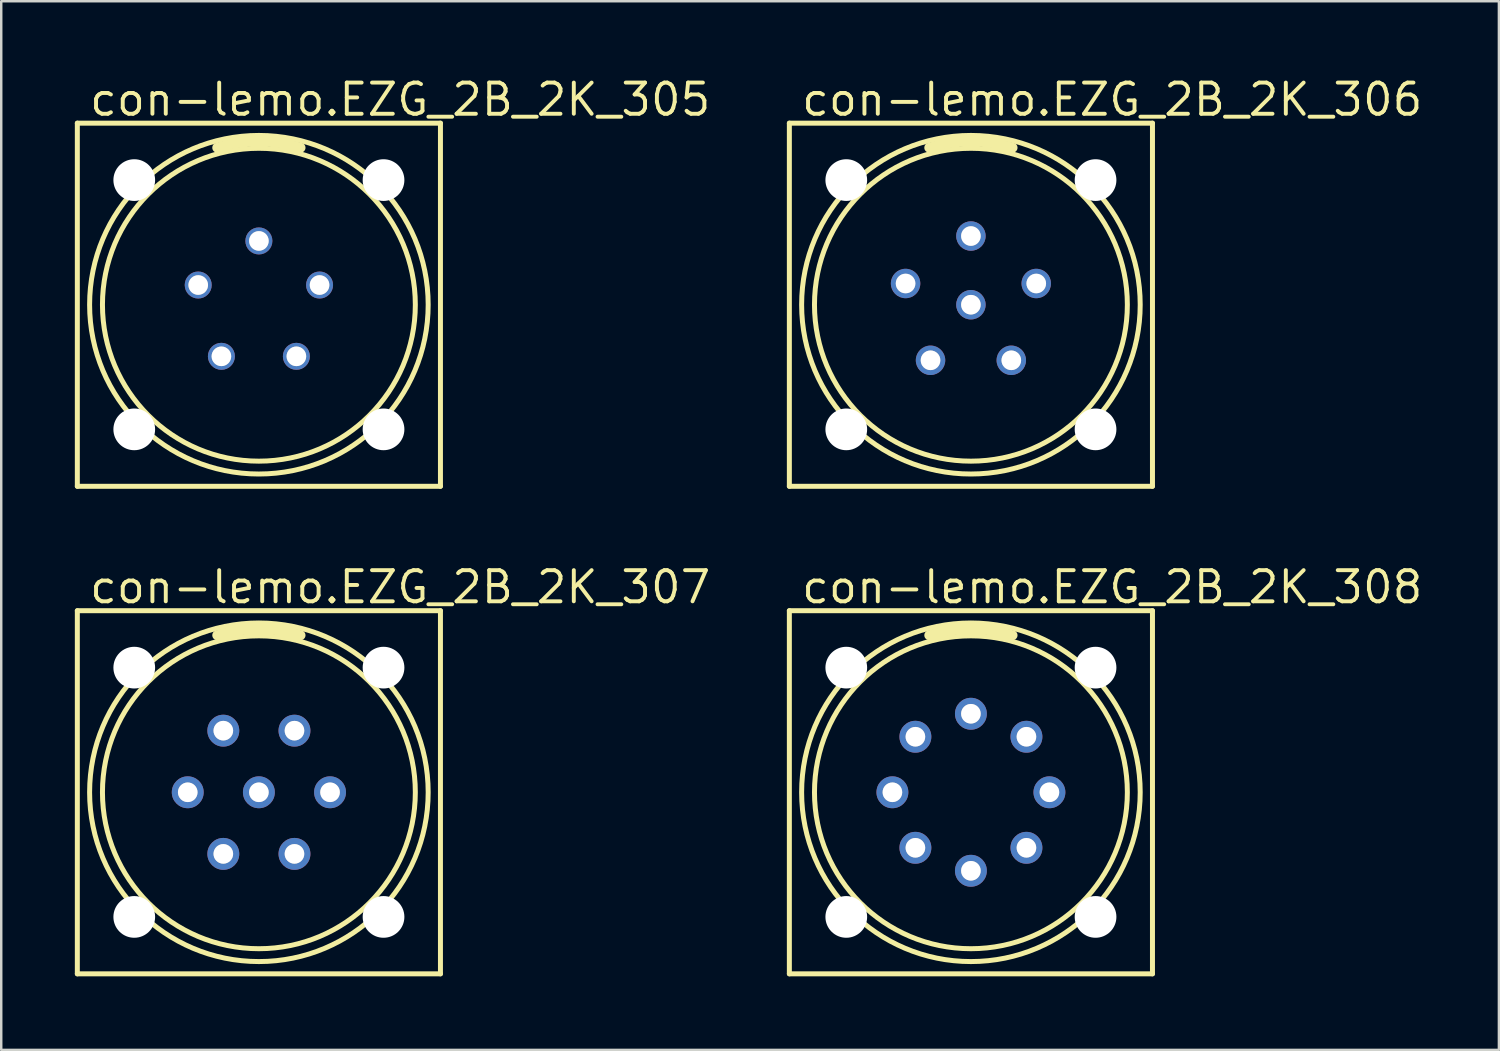
<source format=kicad_pcb>
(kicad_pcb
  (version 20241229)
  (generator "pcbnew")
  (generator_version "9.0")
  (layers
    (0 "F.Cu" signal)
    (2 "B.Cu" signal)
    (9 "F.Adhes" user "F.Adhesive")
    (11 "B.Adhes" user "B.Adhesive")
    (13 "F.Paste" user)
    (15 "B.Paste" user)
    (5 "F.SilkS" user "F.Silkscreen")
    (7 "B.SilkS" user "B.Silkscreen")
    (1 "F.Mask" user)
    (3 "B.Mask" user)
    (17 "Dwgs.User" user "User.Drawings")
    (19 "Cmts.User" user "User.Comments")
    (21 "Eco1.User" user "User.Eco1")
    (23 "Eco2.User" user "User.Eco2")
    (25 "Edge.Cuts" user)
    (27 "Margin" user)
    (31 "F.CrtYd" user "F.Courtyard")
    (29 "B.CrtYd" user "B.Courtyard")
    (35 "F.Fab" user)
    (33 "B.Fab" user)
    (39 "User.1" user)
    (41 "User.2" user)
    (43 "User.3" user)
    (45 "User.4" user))
  (footprint "con-lemo.EZG_2B_2K_306"
    (layer "F.Cu")
    (at 36.523 9.37)
    (property "Reference" "con-lemo.EZG_2B_2K_306" (at -6.985 -7.62 0) (layer "F.SilkS") (effects (font (size 1.27 1.27) (thickness 0.16)) (justify left bottom)))
    (attr through_hole)
    (fp_line (start -7.4 -7.4) (end 7.4 -7.4) (stroke (width 0.203) (type default)) (layer "F.SilkS"))
    (fp_line (start -7.4 7.4) (end -7.4 -7.4) (stroke (width 0.203) (type default)) (layer "F.SilkS"))
    (fp_line (start 7.4 -7.4) (end 7.4 7.4) (stroke (width 0.203) (type default)) (layer "F.SilkS"))
    (fp_line (start 7.4 7.4) (end -7.4 7.4) (stroke (width 0.203) (type default)) (layer "F.SilkS"))
    (fp_arc (start -1.7 -6.4) (mid 0 -6.650475) (end 1.7 -6.4) (stroke (width 0.4) (type default)) (layer "F.SilkS"))
    (fp_circle (center 0 0) (end 6.376 0) (stroke (width 0.203) (type default)) (fill no) (layer "F.SilkS"))
    (fp_circle (center 0 0) (end 6.9 0) (stroke (width 0.203) (type default)) (fill no) (layer "F.SilkS"))
    (fp_circle (center -2.663 -0.865) (end -2.365 -0.865) (stroke (width 0.203) (type default)) (fill no) (layer "F.Fab"))
    (fp_circle (center -1.646 2.265) (end -1.347 2.265) (stroke (width 0.203) (type default)) (fill no) (layer "F.Fab"))
    (fp_circle (center 0 -2.8) (end 0.298 -2.8) (stroke (width 0.203) (type default)) (fill no) (layer "F.Fab"))
    (fp_circle (center 0 0) (end 0.298 0) (stroke (width 0.203) (type default)) (fill no) (layer "F.Fab"))
    (fp_circle (center 1.646 2.265) (end 1.944 2.265) (stroke (width 0.203) (type default)) (fill no) (layer "F.Fab"))
    (fp_circle (center 2.663 -0.865) (end 2.961 -0.865) (stroke (width 0.203) (type default)) (fill no) (layer "F.Fab"))
    (pad "" np_thru_hole circle (at -5.08 -5.08) (size 1.7 1.7) (drill 1.7) (layers "*.Cu" "*.Mask"))
    (pad "" np_thru_hole circle (at -5.08 5.08) (size 1.7 1.7) (drill 1.7) (layers "*.Cu" "*.Mask"))
    (pad "" np_thru_hole circle (at 5.08 -5.08) (size 1.7 1.7) (drill 1.7) (layers "*.Cu" "*.Mask"))
    (pad "" np_thru_hole circle (at 5.08 5.08) (size 1.7 1.7) (drill 1.7) (layers "*.Cu" "*.Mask"))
    (pad "1" thru_hole circle (at 0 -2.8 90) (size 1.2 1.2) (drill 0.8) (layers "*.Cu" "*.Mask"))
    (pad "2" thru_hole circle (at -2.663 -0.865 162) (size 1.2 1.2) (drill 0.8) (layers "*.Cu" "*.Mask"))
    (pad "3" thru_hole circle (at -1.646 2.265 234) (size 1.2 1.2) (drill 0.8) (layers "*.Cu" "*.Mask"))
    (pad "4" thru_hole circle (at 1.646 2.265 306) (size 1.2 1.2) (drill 0.8) (layers "*.Cu" "*.Mask"))
    (pad "5" thru_hole circle (at 2.663 -0.865 18) (size 1.2 1.2) (drill 0.8) (layers "*.Cu" "*.Mask"))
    (pad "6" thru_hole circle (at 0 0) (size 1.2 1.2) (drill 0.8) (layers "*.Cu" "*.Mask")))
  (footprint "con-lemo.EZG_2B_2K_308"
    (layer "F.Cu")
    (at 36.523 29.242)
    (property "Reference" "con-lemo.EZG_2B_2K_308" (at -6.985 -7.62 0) (layer "F.SilkS") (effects (font (size 1.27 1.27) (thickness 0.16)) (justify left bottom)))
    (attr through_hole)
    (fp_line (start -7.4 -7.4) (end 7.4 -7.4) (stroke (width 0.203) (type default)) (layer "F.SilkS"))
    (fp_line (start -7.4 7.4) (end -7.4 -7.4) (stroke (width 0.203) (type default)) (layer "F.SilkS"))
    (fp_line (start 7.4 -7.4) (end 7.4 7.4) (stroke (width 0.203) (type default)) (layer "F.SilkS"))
    (fp_line (start 7.4 7.4) (end -7.4 7.4) (stroke (width 0.203) (type default)) (layer "F.SilkS"))
    (fp_arc (start -1.7 -6.4) (mid 0 -6.650475) (end 1.7 -6.4) (stroke (width 0.4) (type default)) (layer "F.SilkS"))
    (fp_circle (center 0 0) (end 6.376 0) (stroke (width 0.203) (type default)) (fill no) (layer "F.SilkS"))
    (fp_circle (center 0 0) (end 6.9 0) (stroke (width 0.203) (type default)) (fill no) (layer "F.SilkS"))
    (fp_circle (center -3.2 0) (end -2.902 0) (stroke (width 0.203) (type default)) (fill no) (layer "F.Fab"))
    (fp_circle (center -2.263 -2.263) (end -1.964 -2.263) (stroke (width 0.203) (type default)) (fill no) (layer "F.Fab"))
    (fp_circle (center -2.263 2.263) (end -1.964 2.263) (stroke (width 0.203) (type default)) (fill no) (layer "F.Fab"))
    (fp_circle (center 0 -3.2) (end 0.298 -3.2) (stroke (width 0.203) (type default)) (fill no) (layer "F.Fab"))
    (fp_circle (center 0 3.2) (end 0.298 3.2) (stroke (width 0.203) (type default)) (fill no) (layer "F.Fab"))
    (fp_circle (center 2.263 -2.263) (end 2.561 -2.263) (stroke (width 0.203) (type default)) (fill no) (layer "F.Fab"))
    (fp_circle (center 2.263 2.263) (end 2.561 2.263) (stroke (width 0.203) (type default)) (fill no) (layer "F.Fab"))
    (fp_circle (center 3.2 0) (end 3.498 0) (stroke (width 0.203) (type default)) (fill no) (layer "F.Fab"))
    (pad "" np_thru_hole circle (at -5.08 -5.08) (size 1.7 1.7) (drill 1.7) (layers "*.Cu" "*.Mask"))
    (pad "" np_thru_hole circle (at -5.08 5.08) (size 1.7 1.7) (drill 1.7) (layers "*.Cu" "*.Mask"))
    (pad "" np_thru_hole circle (at 5.08 -5.08) (size 1.7 1.7) (drill 1.7) (layers "*.Cu" "*.Mask"))
    (pad "" np_thru_hole circle (at 5.08 5.08) (size 1.7 1.7) (drill 1.7) (layers "*.Cu" "*.Mask"))
    (pad "1" thru_hole circle (at 0 -3.2 90) (size 1.3 1.3) (drill 0.8) (layers "*.Cu" "*.Mask"))
    (pad "2" thru_hole circle (at -2.263 -2.263 135) (size 1.3 1.3) (drill 0.8) (layers "*.Cu" "*.Mask"))
    (pad "3" thru_hole circle (at -3.2 0 180) (size 1.3 1.3) (drill 0.8) (layers "*.Cu" "*.Mask"))
    (pad "4" thru_hole circle (at -2.263 2.263 225) (size 1.3 1.3) (drill 0.8) (layers "*.Cu" "*.Mask"))
    (pad "5" thru_hole circle (at 0 3.2 270) (size 1.3 1.3) (drill 0.8) (layers "*.Cu" "*.Mask"))
    (pad "6" thru_hole circle (at 2.263 2.263 315) (size 1.3 1.3) (drill 0.8) (layers "*.Cu" "*.Mask"))
    (pad "7" thru_hole circle (at 3.2 0) (size 1.3 1.3) (drill 0.8) (layers "*.Cu" "*.Mask"))
    (pad "8" thru_hole circle (at 2.263 -2.263 45) (size 1.3 1.3) (drill 0.8) (layers "*.Cu" "*.Mask")))
  (footprint "con-lemo.EZG_2B_2K_307"
    (layer "F.Cu")
    (at 7.502 29.242)
    (property "Reference" "con-lemo.EZG_2B_2K_307" (at -6.985 -7.62 0) (layer "F.SilkS") (effects (font (size 1.27 1.27) (thickness 0.16)) (justify left bottom)))
    (attr through_hole)
    (fp_line (start -7.4 -7.4) (end 7.4 -7.4) (stroke (width 0.203) (type default)) (layer "F.SilkS"))
    (fp_line (start -7.4 7.4) (end -7.4 -7.4) (stroke (width 0.203) (type default)) (layer "F.SilkS"))
    (fp_line (start 7.4 -7.4) (end 7.4 7.4) (stroke (width 0.203) (type default)) (layer "F.SilkS"))
    (fp_line (start 7.4 7.4) (end -7.4 7.4) (stroke (width 0.203) (type default)) (layer "F.SilkS"))
    (fp_arc (start -1.7 -6.4) (mid 0 -6.650475) (end 1.7 -6.4) (stroke (width 0.4) (type default)) (layer "F.SilkS"))
    (fp_circle (center 0 0) (end 6.376 0) (stroke (width 0.203) (type default)) (fill no) (layer "F.SilkS"))
    (fp_circle (center 0 0) (end 6.9 0) (stroke (width 0.203) (type default)) (fill no) (layer "F.SilkS"))
    (fp_circle (center -2.9 0) (end -2.602 0) (stroke (width 0.203) (type default)) (fill no) (layer "F.Fab"))
    (fp_circle (center -1.45 2.511) (end -1.152 2.511) (stroke (width 0.203) (type default)) (fill no) (layer "F.Fab"))
    (fp_circle (center -1.45 -2.511) (end -1.151 -2.511) (stroke (width 0.203) (type default)) (fill no) (layer "F.Fab"))
    (fp_circle (center 0 0) (end 0.298 0) (stroke (width 0.203) (type default)) (fill no) (layer "F.Fab"))
    (fp_circle (center 1.45 2.511) (end 1.748 2.511) (stroke (width 0.203) (type default)) (fill no) (layer "F.Fab"))
    (fp_circle (center 1.45 -2.511) (end 1.748 -2.511) (stroke (width 0.203) (type default)) (fill no) (layer "F.Fab"))
    (fp_circle (center 2.9 0) (end 3.198 0) (stroke (width 0.203) (type default)) (fill no) (layer "F.Fab"))
    (pad "" np_thru_hole circle (at -5.08 -5.08) (size 1.7 1.7) (drill 1.7) (layers "*.Cu" "*.Mask"))
    (pad "" np_thru_hole circle (at -5.08 5.08) (size 1.7 1.7) (drill 1.7) (layers "*.Cu" "*.Mask"))
    (pad "" np_thru_hole circle (at 5.08 -5.08) (size 1.7 1.7) (drill 1.7) (layers "*.Cu" "*.Mask"))
    (pad "" np_thru_hole circle (at 5.08 5.08) (size 1.7 1.7) (drill 1.7) (layers "*.Cu" "*.Mask"))
    (pad "1" thru_hole circle (at -1.45 -2.511 120) (size 1.3 1.3) (drill 0.8) (layers "*.Cu" "*.Mask"))
    (pad "2" thru_hole circle (at -2.9 0 180) (size 1.3 1.3) (drill 0.8) (layers "*.Cu" "*.Mask"))
    (pad "3" thru_hole circle (at -1.45 2.511 240) (size 1.3 1.3) (drill 0.8) (layers "*.Cu" "*.Mask"))
    (pad "4" thru_hole circle (at 1.45 2.511 300) (size 1.3 1.3) (drill 0.8) (layers "*.Cu" "*.Mask"))
    (pad "5" thru_hole circle (at 2.9 0) (size 1.3 1.3) (drill 0.8) (layers "*.Cu" "*.Mask"))
    (pad "6" thru_hole circle (at 1.45 -2.511 60) (size 1.3 1.3) (drill 0.8) (layers "*.Cu" "*.Mask"))
    (pad "7" thru_hole circle (at 0 0) (size 1.3 1.3) (drill 0.8) (layers "*.Cu" "*.Mask")))
  (footprint "con-lemo.EZG_2B_2K_305"
    (layer "F.Cu")
    (at 7.502 9.37)
    (property "Reference" "con-lemo.EZG_2B_2K_305" (at -6.985 -7.62 0) (layer "F.SilkS") (effects (font (size 1.27 1.27) (thickness 0.16)) (justify left bottom)))
    (attr through_hole)
    (fp_line (start -7.4 -7.4) (end 7.4 -7.4) (stroke (width 0.203) (type default)) (layer "F.SilkS"))
    (fp_line (start -7.4 7.4) (end -7.4 -7.4) (stroke (width 0.203) (type default)) (layer "F.SilkS"))
    (fp_line (start 7.4 -7.4) (end 7.4 7.4) (stroke (width 0.203) (type default)) (layer "F.SilkS"))
    (fp_line (start 7.4 7.4) (end -7.4 7.4) (stroke (width 0.203) (type default)) (layer "F.SilkS"))
    (fp_arc (start -1.7 -6.4) (mid 0 -6.650475) (end 1.7 -6.4) (stroke (width 0.4) (type default)) (layer "F.SilkS"))
    (fp_circle (center 0 0) (end 6.376 0) (stroke (width 0.203) (type default)) (fill no) (layer "F.SilkS"))
    (fp_circle (center 0 0) (end 6.9 0) (stroke (width 0.203) (type default)) (fill no) (layer "F.SilkS"))
    (fp_circle (center -2.473 -0.803) (end -2.174 -0.803) (stroke (width 0.203) (type default)) (fill no) (layer "F.Fab"))
    (fp_circle (center -1.528 2.103) (end -1.23 2.103) (stroke (width 0.203) (type default)) (fill no) (layer "F.Fab"))
    (fp_circle (center 0 -2.6) (end 0.298 -2.6) (stroke (width 0.203) (type default)) (fill no) (layer "F.Fab"))
    (fp_circle (center 1.528 2.103) (end 1.827 2.103) (stroke (width 0.203) (type default)) (fill no) (layer "F.Fab"))
    (fp_circle (center 2.473 -0.803) (end 2.771 -0.803) (stroke (width 0.203) (type default)) (fill no) (layer "F.Fab"))
    (pad "" np_thru_hole circle (at -5.08 -5.08) (size 1.7 1.7) (drill 1.7) (layers "*.Cu" "*.Mask"))
    (pad "" np_thru_hole circle (at -5.08 5.08) (size 1.7 1.7) (drill 1.7) (layers "*.Cu" "*.Mask"))
    (pad "" np_thru_hole circle (at 5.08 -5.08) (size 1.7 1.7) (drill 1.7) (layers "*.Cu" "*.Mask"))
    (pad "" np_thru_hole circle (at 5.08 5.08) (size 1.7 1.7) (drill 1.7) (layers "*.Cu" "*.Mask"))
    (pad "1" thru_hole circle (at 0 -2.6) (size 1.1 1.1) (drill 0.8) (layers "*.Cu" "*.Mask"))
    (pad "2" thru_hole circle (at -2.473 -0.803) (size 1.1 1.1) (drill 0.8) (layers "*.Cu" "*.Mask"))
    (pad "3" thru_hole circle (at -1.528 2.103) (size 1.1 1.1) (drill 0.8) (layers "*.Cu" "*.Mask"))
    (pad "4" thru_hole circle (at 1.528 2.103) (size 1.1 1.1) (drill 0.8) (layers "*.Cu" "*.Mask"))
    (pad "5" thru_hole circle (at 2.473 -0.803) (size 1.1 1.1) (drill 0.8) (layers "*.Cu" "*.Mask")))
  (gr_rect
    (start -3 -3)
    (end 58.043 39.743)
    (stroke (width 0.1) (type default))
    (fill no)
    (layer "Edge.Cuts")))
</source>
